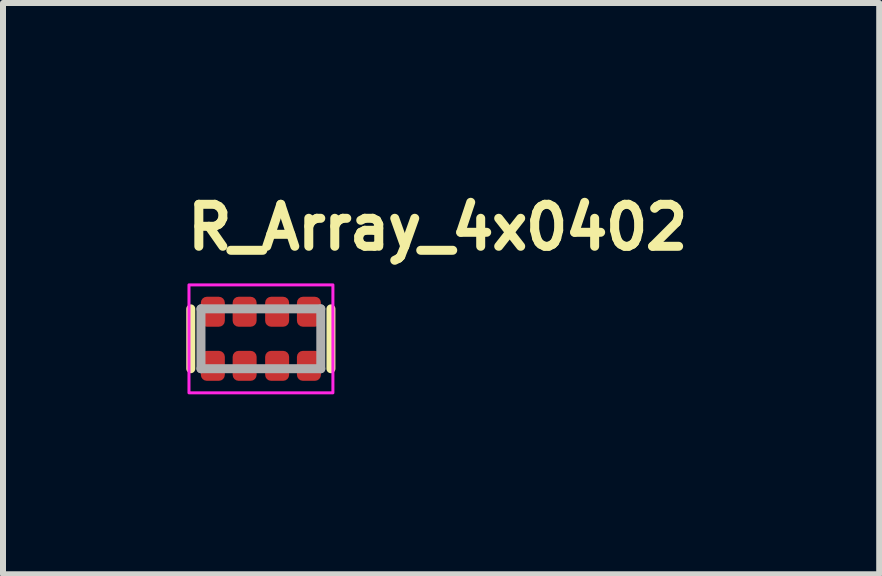
<source format=kicad_pcb>
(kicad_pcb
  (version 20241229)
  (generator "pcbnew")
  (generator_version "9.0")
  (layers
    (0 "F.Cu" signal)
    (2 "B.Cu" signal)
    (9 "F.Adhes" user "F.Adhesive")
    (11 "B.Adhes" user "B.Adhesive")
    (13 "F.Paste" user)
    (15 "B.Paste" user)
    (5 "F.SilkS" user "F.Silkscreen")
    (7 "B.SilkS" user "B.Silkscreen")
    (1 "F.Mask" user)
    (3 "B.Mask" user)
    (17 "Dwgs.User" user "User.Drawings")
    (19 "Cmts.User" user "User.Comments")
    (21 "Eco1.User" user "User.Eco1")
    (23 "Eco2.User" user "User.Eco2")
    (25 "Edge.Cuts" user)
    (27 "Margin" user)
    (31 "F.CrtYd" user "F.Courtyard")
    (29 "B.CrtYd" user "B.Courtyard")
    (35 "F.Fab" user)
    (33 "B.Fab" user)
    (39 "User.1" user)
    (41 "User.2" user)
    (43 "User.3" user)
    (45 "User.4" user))
  (footprint "R_Array_4x0402"
    (layer "F.Cu")
    (at 1.301 2.6)
    (property "Reference" "R_Array_4x0402" (at -1.301 -1.45 0) (layer "F.SilkS") (effects (font (size 0.7 0.7) (thickness 0.15)) (justify left bottom)))
    (attr smd)
    (fp_line (start -1.17 -0.5) (end -1.17 0.498) (stroke (width 0.15) (type solid)) (layer "F.SilkS"))
    (fp_line (start 1.167 0.498) (end 1.167 -0.5) (stroke (width 0.15) (type solid)) (layer "F.SilkS"))
    (fp_rect (start -1.2 -0.9) (end 1.2 0.9) (stroke (width 0.05) (type solid)) (fill no) (layer "F.CrtYd"))
    (fp_line (start -1 -0.5) (end 0.998 -0.5) (stroke (width 0.15) (type solid)) (layer "F.Fab"))
    (fp_line (start -1 0.498) (end -1 -0.5) (stroke (width 0.15) (type solid)) (layer "F.Fab"))
    (fp_line (start 0.998 -0.5) (end 0.998 0.498) (stroke (width 0.15) (type solid)) (layer "F.Fab"))
    (fp_line (start 0.998 0.498) (end -1 0.498) (stroke (width 0.15) (type solid)) (layer "F.Fab"))
    (fp_rect (start -1 -0.5) (end 0.998 0.498) (stroke (width 0.1) (type solid)) (fill no) (layer "User.5"))
    (fp_line (start -1 -0.5) (end -1 -0.295) (stroke (width 0.02) (type solid)) (layer "User.9"))
    (fp_line (start -1 -0.295) (end -1 -0.202) (stroke (width 0.02) (type solid)) (layer "User.9"))
    (fp_line (start -1 0.2) (end -1 0.293) (stroke (width 0.02) (type solid)) (layer "User.9"))
    (fp_line (start -1 0.293) (end -1 0.498) (stroke (width 0.02) (type solid)) (layer "User.9"))
    (fp_line (start -0.995 -0.295) (end -0.995 0.293) (stroke (width 0.02) (type solid)) (layer "User.9"))
    (fp_line (start -0.995 -0.202) (end -1 -0.202) (stroke (width 0.02) (type solid)) (layer "User.9"))
    (fp_line (start -0.995 0.2) (end -1 0.2) (stroke (width 0.02) (type solid)) (layer "User.9"))
    (fp_line (start -0.99 -0.295) (end -1 -0.295) (stroke (width 0.02) (type solid)) (layer "User.9"))
    (fp_line (start -0.99 -0.295) (end -0.99 0.293) (stroke (width 0.02) (type solid)) (layer "User.9"))
    (fp_line (start -0.99 0.293) (end -1 0.293) (stroke (width 0.02) (type solid)) (layer "User.9"))
    (fp_line (start -0.99 0.293) (end -0.6 0.293) (stroke (width 0.02) (type solid)) (layer "User.9"))
    (fp_line (start -0.982 -0.288) (end -0.99 -0.295) (stroke (width 0.02) (type solid)) (layer "User.9"))
    (fp_line (start -0.982 -0.288) (end -0.982 0.286) (stroke (width 0.02) (type solid)) (layer "User.9"))
    (fp_line (start -0.982 0.286) (end -0.99 0.293) (stroke (width 0.02) (type solid)) (layer "User.9"))
    (fp_line (start -0.982 0.286) (end 0.98 0.286) (stroke (width 0.02) (type solid)) (layer "User.9"))
    (fp_line (start -0.6 -0.5) (end -1 -0.5) (stroke (width 0.02) (type solid)) (layer "User.9"))
    (fp_line (start -0.6 -0.5) (end -0.6 -0.295) (stroke (width 0.02) (type solid)) (layer "User.9"))
    (fp_line (start -0.6 -0.295) (end -0.99 -0.295) (stroke (width 0.02) (type solid)) (layer "User.9"))
    (fp_line (start -0.6 0.293) (end -0.6 0.498) (stroke (width 0.02) (type solid)) (layer "User.9"))
    (fp_line (start -0.6 0.293) (end -0.402 0.293) (stroke (width 0.02) (type solid)) (layer "User.9"))
    (fp_line (start -0.6 0.298) (end -0.402 0.298) (stroke (width 0.02) (type solid)) (layer "User.9"))
    (fp_line (start -0.6 0.498) (end -1 0.498) (stroke (width 0.02) (type solid)) (layer "User.9"))
    (fp_line (start -0.402 -0.5) (end -0.402 -0.295) (stroke (width 0.02) (type solid)) (layer "User.9"))
    (fp_line (start -0.402 -0.3) (end -0.6 -0.3) (stroke (width 0.02) (type solid)) (layer "User.9"))
    (fp_line (start -0.402 -0.295) (end -0.6 -0.295) (stroke (width 0.02) (type solid)) (layer "User.9"))
    (fp_line (start -0.402 0.293) (end -0.402 0.498) (stroke (width 0.02) (type solid)) (layer "User.9"))
    (fp_line (start -0.102 -0.5) (end -0.402 -0.5) (stroke (width 0.02) (type solid)) (layer "User.9"))
    (fp_line (start -0.102 -0.5) (end -0.102 -0.295) (stroke (width 0.02) (type solid)) (layer "User.9"))
    (fp_line (start -0.102 -0.295) (end -0.402 -0.295) (stroke (width 0.02) (type solid)) (layer "User.9"))
    (fp_line (start -0.102 0.293) (end -0.402 0.293) (stroke (width 0.02) (type solid)) (layer "User.9"))
    (fp_line (start -0.102 0.293) (end -0.102 0.498) (stroke (width 0.02) (type solid)) (layer "User.9"))
    (fp_line (start -0.102 0.293) (end 0.1 0.293) (stroke (width 0.02) (type solid)) (layer "User.9"))
    (fp_line (start -0.102 0.298) (end 0.1 0.298) (stroke (width 0.02) (type solid)) (layer "User.9"))
    (fp_line (start -0.102 0.498) (end -0.402 0.498) (stroke (width 0.02) (type solid)) (layer "User.9"))
    (fp_line (start 0.1 -0.5) (end 0.1 -0.295) (stroke (width 0.02) (type solid)) (layer "User.9"))
    (fp_line (start 0.1 -0.3) (end -0.102 -0.3) (stroke (width 0.02) (type solid)) (layer "User.9"))
    (fp_line (start 0.1 -0.295) (end -0.102 -0.295) (stroke (width 0.02) (type solid)) (layer "User.9"))
    (fp_line (start 0.1 0.293) (end 0.1 0.498) (stroke (width 0.02) (type solid)) (layer "User.9"))
    (fp_line (start 0.4 -0.5) (end 0.1 -0.5) (stroke (width 0.02) (type solid)) (layer "User.9"))
    (fp_line (start 0.4 -0.5) (end 0.4 -0.295) (stroke (width 0.02) (type solid)) (layer "User.9"))
    (fp_line (start 0.4 -0.295) (end 0.1 -0.295) (stroke (width 0.02) (type solid)) (layer "User.9"))
    (fp_line (start 0.4 0.293) (end 0.1 0.293) (stroke (width 0.02) (type solid)) (layer "User.9"))
    (fp_line (start 0.4 0.293) (end 0.4 0.498) (stroke (width 0.02) (type solid)) (layer "User.9"))
    (fp_line (start 0.4 0.293) (end 0.598 0.293) (stroke (width 0.02) (type solid)) (layer "User.9"))
    (fp_line (start 0.4 0.298) (end 0.598 0.298) (stroke (width 0.02) (type solid)) (layer "User.9"))
    (fp_line (start 0.4 0.498) (end 0.1 0.498) (stroke (width 0.02) (type solid)) (layer "User.9"))
    (fp_line (start 0.598 -0.5) (end 0.598 -0.295) (stroke (width 0.02) (type solid)) (layer "User.9"))
    (fp_line (start 0.598 -0.5) (end 0.998 -0.5) (stroke (width 0.02) (type solid)) (layer "User.9"))
    (fp_line (start 0.598 -0.3) (end 0.4 -0.3) (stroke (width 0.02) (type solid)) (layer "User.9"))
    (fp_line (start 0.598 -0.295) (end 0.4 -0.295) (stroke (width 0.02) (type solid)) (layer "User.9"))
    (fp_line (start 0.598 0.293) (end 0.598 0.498) (stroke (width 0.02) (type solid)) (layer "User.9"))
    (fp_line (start 0.598 0.293) (end 0.988 0.293) (stroke (width 0.02) (type solid)) (layer "User.9"))
    (fp_line (start 0.598 0.498) (end 0.998 0.498) (stroke (width 0.02) (type solid)) (layer "User.9"))
    (fp_line (start 0.98 -0.288) (end -0.982 -0.288) (stroke (width 0.02) (type solid)) (layer "User.9"))
    (fp_line (start 0.98 -0.288) (end 0.988 -0.295) (stroke (width 0.02) (type solid)) (layer "User.9"))
    (fp_line (start 0.98 0.286) (end 0.98 -0.288) (stroke (width 0.02) (type solid)) (layer "User.9"))
    (fp_line (start 0.98 0.286) (end 0.988 0.293) (stroke (width 0.02) (type solid)) (layer "User.9"))
    (fp_line (start 0.988 -0.295) (end 0.598 -0.295) (stroke (width 0.02) (type solid)) (layer "User.9"))
    (fp_line (start 0.988 -0.295) (end 0.998 -0.295) (stroke (width 0.02) (type solid)) (layer "User.9"))
    (fp_line (start 0.988 0.293) (end 0.988 -0.295) (stroke (width 0.02) (type solid)) (layer "User.9"))
    (fp_line (start 0.988 0.293) (end 0.998 0.293) (stroke (width 0.02) (type solid)) (layer "User.9"))
    (fp_line (start 0.993 -0.202) (end 0.998 -0.202) (stroke (width 0.02) (type solid)) (layer "User.9"))
    (fp_line (start 0.993 0.2) (end 0.998 0.2) (stroke (width 0.02) (type solid)) (layer "User.9"))
    (fp_line (start 0.993 0.293) (end 0.993 -0.295) (stroke (width 0.02) (type solid)) (layer "User.9"))
    (fp_line (start 0.998 -0.5) (end 0.998 -0.295) (stroke (width 0.02) (type solid)) (layer "User.9"))
    (fp_line (start 0.998 -0.295) (end 0.998 -0.202) (stroke (width 0.02) (type solid)) (layer "User.9"))
    (fp_line (start 0.998 0.2) (end 0.998 0.293) (stroke (width 0.02) (type solid)) (layer "User.9"))
    (fp_line (start 0.998 0.293) (end 0.998 0.498) (stroke (width 0.02) (type solid)) (layer "User.9"))
    (pad "1" smd roundrect (at -0.802 0.45) (size 0.4 0.5) (layers "F.Cu" "F.Mask" "F.Paste") (roundrect_rratio 0.25))
    (pad "2" smd roundrect (at -0.272 0.45) (size 0.4 0.5) (layers "F.Cu" "F.Mask" "F.Paste") (roundrect_rratio 0.25))
    (pad "3" smd roundrect (at 0.27 0.45) (size 0.4 0.5) (layers "F.Cu" "F.Mask" "F.Paste") (roundrect_rratio 0.25))
    (pad "4" smd roundrect (at 0.8 0.45) (size 0.4 0.5) (layers "F.Cu" "F.Mask" "F.Paste") (roundrect_rratio 0.25))
    (pad "5" smd roundrect (at 0.8 -0.452) (size 0.4 0.5) (layers "F.Cu" "F.Mask" "F.Paste") (roundrect_rratio 0.25))
    (pad "6" smd roundrect (at 0.27 -0.452) (size 0.4 0.5) (layers "F.Cu" "F.Mask" "F.Paste") (roundrect_rratio 0.25))
    (pad "7" smd roundrect (at -0.272 -0.452) (size 0.4 0.5) (layers "F.Cu" "F.Mask" "F.Paste") (roundrect_rratio 0.25))
    (pad "8" smd roundrect (at -0.802 -0.452) (size 0.4 0.5) (layers "F.Cu" "F.Mask" "F.Paste") (roundrect_rratio 0.25)))
  (gr_rect
    (start -3 -3)
    (end 11.61 6.525)
    (stroke (width 0.1) (type default))
    (fill no)
    (layer "Edge.Cuts")))
</source>
